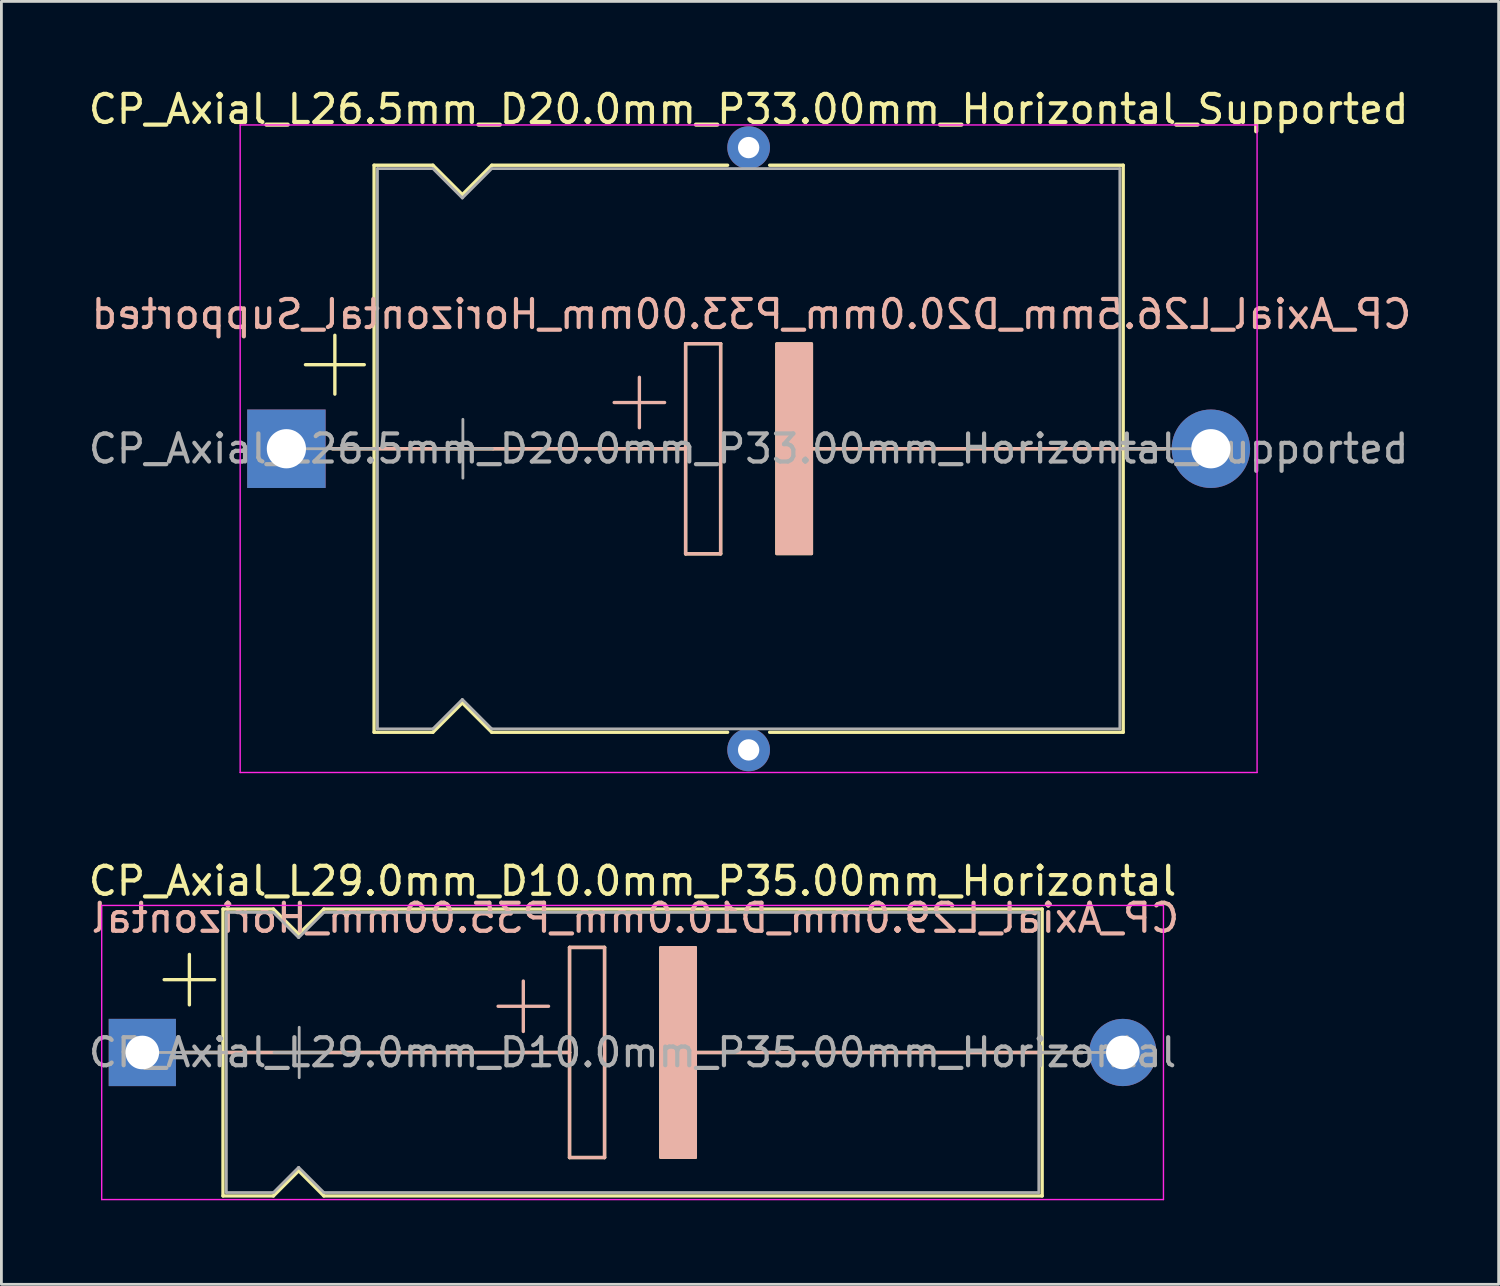
<source format=kicad_pcb>
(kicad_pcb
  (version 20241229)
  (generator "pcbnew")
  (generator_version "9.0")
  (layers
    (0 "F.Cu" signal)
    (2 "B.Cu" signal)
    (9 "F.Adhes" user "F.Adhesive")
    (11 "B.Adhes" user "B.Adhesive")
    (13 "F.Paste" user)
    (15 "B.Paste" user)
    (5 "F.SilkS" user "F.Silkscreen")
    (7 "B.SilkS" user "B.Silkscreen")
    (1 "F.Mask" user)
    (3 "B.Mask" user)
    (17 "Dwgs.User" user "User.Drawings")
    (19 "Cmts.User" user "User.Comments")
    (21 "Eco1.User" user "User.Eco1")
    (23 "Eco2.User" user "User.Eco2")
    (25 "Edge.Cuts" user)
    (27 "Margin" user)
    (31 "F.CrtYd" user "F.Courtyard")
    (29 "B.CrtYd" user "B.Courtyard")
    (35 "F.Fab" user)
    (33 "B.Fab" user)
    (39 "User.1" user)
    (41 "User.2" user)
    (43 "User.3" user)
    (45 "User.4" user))
  (footprint "CP_Axial_L26.5mm_D20.0mm_P33.00mm_Horizontal_Supported"
    (layer "F.Cu")
    (at 7.173 12.968)
    (property "Reference" "CP_Axial_L26.5mm_D20.0mm_P33.00mm_Horizontal_Supported" (at 16.5 -12.12 0) (layer "F.SilkS") (effects (font (size 1 1) (thickness 0.15))))
    (fp_line (start 0.68 -3) (end 2.78 -3) (stroke (width 0.12) (type solid)) (layer "F.SilkS"))
    (fp_line (start 1.64 0) (end 3.13 0) (stroke (width 0.12) (type solid)) (layer "F.SilkS"))
    (fp_line (start 1.73 -4.05) (end 1.73 -1.95) (stroke (width 0.12) (type solid)) (layer "F.SilkS"))
    (fp_line (start 3.13 -10.12) (end 3.13 10.12) (stroke (width 0.12) (type solid)) (layer "F.SilkS"))
    (fp_line (start 3.13 -10.12) (end 5.23 -10.12) (stroke (width 0.12) (type solid)) (layer "F.SilkS"))
    (fp_line (start 3.13 0) (end 14.25 0) (stroke (width 0.12) (type solid)) (layer "F.SilkS"))
    (fp_line (start 3.13 10.12) (end 5.23 10.12) (stroke (width 0.12) (type solid)) (layer "F.SilkS"))
    (fp_line (start 5.23 -10.12) (end 6.28 -9.07) (stroke (width 0.12) (type solid)) (layer "F.SilkS"))
    (fp_line (start 5.23 10.12) (end 6.28 9.07) (stroke (width 0.12) (type solid)) (layer "F.SilkS"))
    (fp_line (start 6.28 -9.07) (end 7.33 -10.12) (stroke (width 0.12) (type solid)) (layer "F.SilkS"))
    (fp_line (start 6.28 9.07) (end 7.33 10.12) (stroke (width 0.12) (type solid)) (layer "F.SilkS"))
    (fp_line (start 7.33 -10.12) (end 15.75 -10.12) (stroke (width 0.12) (type solid)) (layer "F.SilkS"))
    (fp_line (start 7.33 10.12) (end 15.75 10.12) (stroke (width 0.12) (type solid)) (layer "F.SilkS"))
    (fp_line (start 14.25 -3.75) (end 15.5 -3.75) (stroke (width 0.12) (type solid)) (layer "F.SilkS"))
    (fp_line (start 14.25 0) (end 14.25 -3.75) (stroke (width 0.12) (type solid)) (layer "F.SilkS"))
    (fp_line (start 14.25 3.75) (end 14.25 0) (stroke (width 0.12) (type solid)) (layer "F.SilkS"))
    (fp_line (start 15.5 -3.75) (end 15.5 3.75) (stroke (width 0.12) (type solid)) (layer "F.SilkS"))
    (fp_line (start 15.5 3.75) (end 14.25 3.75) (stroke (width 0.12) (type solid)) (layer "F.SilkS"))
    (fp_line (start 17.25 -10.12) (end 29.87 -10.12) (stroke (width 0.12) (type solid)) (layer "F.SilkS"))
    (fp_line (start 17.25 10.12) (end 29.87 10.12) (stroke (width 0.12) (type solid)) (layer "F.SilkS"))
    (fp_line (start 18.75 0) (end 29.87 0) (stroke (width 0.12) (type solid)) (layer "F.SilkS"))
    (fp_line (start 29.87 -10.12) (end 29.87 10.12) (stroke (width 0.12) (type solid)) (layer "F.SilkS"))
    (fp_line (start 31.36 0) (end 29.87 0) (stroke (width 0.12) (type solid)) (layer "F.SilkS"))
    (fp_poly (pts (xy 18.75 3.75) (xy 17.5 3.75) (xy 17.5 -3.75) (xy 18.75 -3.75)) (stroke (width 0.1) (type solid)) (fill yes) (layer "F.SilkS"))
    (fp_line (start 1.65 0) (end 7.38 0) (stroke (width 0.12) (type solid)) (layer "B.SilkS"))
    (fp_line (start 7.38 0) (end 14.25 0) (stroke (width 0.12) (type solid)) (layer "B.SilkS"))
    (fp_line (start 12.6 -2.55) (end 12.6 -0.75) (stroke (width 0.12) (type solid)) (layer "B.SilkS"))
    (fp_line (start 13.5 -1.65) (end 11.7 -1.65) (stroke (width 0.12) (type solid)) (layer "B.SilkS"))
    (fp_line (start 14.25 -3.75) (end 15.5 -3.75) (stroke (width 0.12) (type solid)) (layer "B.SilkS"))
    (fp_line (start 14.25 0) (end 14.25 -3.75) (stroke (width 0.12) (type solid)) (layer "B.SilkS"))
    (fp_line (start 14.25 3.75) (end 14.25 0) (stroke (width 0.12) (type solid)) (layer "B.SilkS"))
    (fp_line (start 15.5 -3.75) (end 15.5 3.75) (stroke (width 0.12) (type solid)) (layer "B.SilkS"))
    (fp_line (start 15.5 3.75) (end 14.25 3.75) (stroke (width 0.12) (type solid)) (layer "B.SilkS"))
    (fp_line (start 18.75 0) (end 25.62 0) (stroke (width 0.12) (type solid)) (layer "B.SilkS"))
    (fp_line (start 31.35 0) (end 25.62 0) (stroke (width 0.12) (type solid)) (layer "B.SilkS"))
    (fp_poly (pts (xy 18.75 3.75) (xy 17.5 3.75) (xy 17.5 -3.75) (xy 18.75 -3.75)) (stroke (width 0.1) (type solid)) (fill yes) (layer "B.SilkS"))
    (fp_line (start -1.651 11.557) (end 34.649 11.557) (stroke (width 0.05) (type solid)) (layer "F.CrtYd"))
    (fp_line (start -1.65 -11.557) (end -1.65 11.557) (stroke (width 0.05) (type solid)) (layer "F.CrtYd"))
    (fp_line (start 34.649 -11.557) (end -1.651 -11.557) (stroke (width 0.05) (type solid)) (layer "F.CrtYd"))
    (fp_line (start 34.649 11.557) (end 34.649 -11.557) (stroke (width 0.05) (type solid)) (layer "F.CrtYd"))
    (fp_line (start 0 0) (end 3.25 0) (stroke (width 0.1) (type solid)) (layer "F.Fab"))
    (fp_line (start 3.25 -10) (end 3.25 10) (stroke (width 0.1) (type solid)) (layer "F.Fab"))
    (fp_line (start 3.25 -10) (end 5.23 -10) (stroke (width 0.1) (type solid)) (layer "F.Fab"))
    (fp_line (start 3.25 10) (end 5.23 10) (stroke (width 0.1) (type solid)) (layer "F.Fab"))
    (fp_line (start 5.23 -10) (end 6.28 -8.95) (stroke (width 0.1) (type solid)) (layer "F.Fab"))
    (fp_line (start 5.23 10) (end 6.28 8.95) (stroke (width 0.1) (type solid)) (layer "F.Fab"))
    (fp_line (start 5.25 0) (end 7.35 0) (stroke (width 0.1) (type solid)) (layer "F.Fab"))
    (fp_line (start 6.28 -8.95) (end 7.33 -10) (stroke (width 0.1) (type solid)) (layer "F.Fab"))
    (fp_line (start 6.28 8.95) (end 7.33 10) (stroke (width 0.1) (type solid)) (layer "F.Fab"))
    (fp_line (start 6.3 -1.05) (end 6.3 1.05) (stroke (width 0.1) (type solid)) (layer "F.Fab"))
    (fp_line (start 7.33 -10) (end 29.75 -10) (stroke (width 0.1) (type solid)) (layer "F.Fab"))
    (fp_line (start 7.33 10) (end 29.75 10) (stroke (width 0.1) (type solid)) (layer "F.Fab"))
    (fp_line (start 29.75 -10) (end 29.75 10) (stroke (width 0.1) (type solid)) (layer "F.Fab"))
    (fp_line (start 33 0) (end 29.75 0) (stroke (width 0.1) (type solid)) (layer "F.Fab"))
    (fp_text user "${REFERENCE}" (at 16.6 -4.8 0) (layer "B.SilkS") (effects (font (size 1 1) (thickness 0.15)) (justify mirror)))
    (fp_text user "${REFERENCE}" (at 16.5 0 0) (layer "F.Fab") (effects (font (size 1 1) (thickness 0.15))))
    (pad "" thru_hole circle (at 16.5 -10.75) (size 1.524 1.524) (drill 0.762) (layers "*.Cu" "*.Mask"))
    (pad "" thru_hole circle (at 16.5 10.75) (size 1.524 1.524) (drill 0.762) (layers "*.Cu" "*.Mask"))
    (pad "1" thru_hole rect (at 0 0) (size 2.8 2.8) (drill 1.4) (layers "*.Cu" "*.Mask"))
    (pad "2" thru_hole oval (at 33 0) (size 2.8 2.8) (drill 1.4) (layers "*.Cu" "*.Mask")))
  (footprint "CP_Axial_L29.0mm_D10.0mm_P35.00mm_Horizontal"
    (layer "F.Cu")
    (at 2.03 34.519)
    (property "Reference" "CP_Axial_L29.0mm_D10.0mm_P35.00mm_Horizontal" (at 17.5 -6.12 0) (layer "F.SilkS") (effects (font (size 1 1) (thickness 0.15))))
    (fp_line (start 0.78 -2.6) (end 2.58 -2.6) (stroke (width 0.12) (type solid)) (layer "F.SilkS"))
    (fp_line (start 1.44 0) (end 2.88 0) (stroke (width 0.12) (type solid)) (layer "F.SilkS"))
    (fp_line (start 1.68 -3.5) (end 1.68 -1.7) (stroke (width 0.12) (type solid)) (layer "F.SilkS"))
    (fp_line (start 2.88 -5.12) (end 2.88 5.12) (stroke (width 0.12) (type solid)) (layer "F.SilkS"))
    (fp_line (start 2.88 -5.12) (end 4.68 -5.12) (stroke (width 0.12) (type solid)) (layer "F.SilkS"))
    (fp_line (start 2.88 0) (end 15.25 0) (stroke (width 0.12) (type solid)) (layer "F.SilkS"))
    (fp_line (start 2.88 5.12) (end 4.68 5.12) (stroke (width 0.12) (type solid)) (layer "F.SilkS"))
    (fp_line (start 4.68 -5.12) (end 5.58 -4.22) (stroke (width 0.12) (type solid)) (layer "F.SilkS"))
    (fp_line (start 4.68 5.12) (end 5.58 4.22) (stroke (width 0.12) (type solid)) (layer "F.SilkS"))
    (fp_line (start 5.58 -4.22) (end 6.48 -5.12) (stroke (width 0.12) (type solid)) (layer "F.SilkS"))
    (fp_line (start 5.58 4.22) (end 6.48 5.12) (stroke (width 0.12) (type solid)) (layer "F.SilkS"))
    (fp_line (start 6.48 -5.12) (end 32.12 -5.12) (stroke (width 0.12) (type solid)) (layer "F.SilkS"))
    (fp_line (start 6.48 5.12) (end 32.12 5.12) (stroke (width 0.12) (type solid)) (layer "F.SilkS"))
    (fp_line (start 15.25 -3.75) (end 16.5 -3.75) (stroke (width 0.12) (type solid)) (layer "F.SilkS"))
    (fp_line (start 15.25 0) (end 15.25 -3.75) (stroke (width 0.12) (type solid)) (layer "F.SilkS"))
    (fp_line (start 15.25 3.75) (end 15.25 0) (stroke (width 0.12) (type solid)) (layer "F.SilkS"))
    (fp_line (start 16.5 -3.75) (end 16.5 3.75) (stroke (width 0.12) (type solid)) (layer "F.SilkS"))
    (fp_line (start 16.5 3.75) (end 15.25 3.75) (stroke (width 0.12) (type solid)) (layer "F.SilkS"))
    (fp_line (start 19.75 0) (end 32.12 0) (stroke (width 0.12) (type solid)) (layer "F.SilkS"))
    (fp_line (start 32.12 -5.12) (end 32.12 5.12) (stroke (width 0.12) (type solid)) (layer "F.SilkS"))
    (fp_line (start 33.56 0) (end 32.12 0) (stroke (width 0.12) (type solid)) (layer "F.SilkS"))
    (fp_poly (pts (xy 19.75 3.75) (xy 18.5 3.75) (xy 18.5 -3.75) (xy 19.75 -3.75)) (stroke (width 0.1) (type solid)) (fill yes) (layer "F.SilkS"))
    (fp_line (start 1.45 0) (end 8.38 0) (stroke (width 0.12) (type solid)) (layer "B.SilkS"))
    (fp_line (start 8.38 0) (end 15.25 0) (stroke (width 0.12) (type solid)) (layer "B.SilkS"))
    (fp_line (start 13.6 -2.55) (end 13.6 -0.75) (stroke (width 0.12) (type solid)) (layer "B.SilkS"))
    (fp_line (start 14.5 -1.65) (end 12.7 -1.65) (stroke (width 0.12) (type solid)) (layer "B.SilkS"))
    (fp_line (start 15.25 -3.75) (end 16.5 -3.75) (stroke (width 0.12) (type solid)) (layer "B.SilkS"))
    (fp_line (start 15.25 0) (end 15.25 -3.75) (stroke (width 0.12) (type solid)) (layer "B.SilkS"))
    (fp_line (start 15.25 3.75) (end 15.25 0) (stroke (width 0.12) (type solid)) (layer "B.SilkS"))
    (fp_line (start 16.5 -3.75) (end 16.5 3.75) (stroke (width 0.12) (type solid)) (layer "B.SilkS"))
    (fp_line (start 16.5 3.75) (end 15.25 3.75) (stroke (width 0.12) (type solid)) (layer "B.SilkS"))
    (fp_line (start 19.75 0) (end 26.62 0) (stroke (width 0.12) (type solid)) (layer "B.SilkS"))
    (fp_line (start 33.55 0) (end 26.62 0) (stroke (width 0.12) (type solid)) (layer "B.SilkS"))
    (fp_poly (pts (xy 19.75 3.75) (xy 18.5 3.75) (xy 18.5 -3.75) (xy 19.75 -3.75)) (stroke (width 0.1) (type solid)) (fill yes) (layer "B.SilkS"))
    (fp_line (start -1.45 -5.25) (end -1.45 5.25) (stroke (width 0.05) (type solid)) (layer "F.CrtYd"))
    (fp_line (start -1.45 5.25) (end 36.45 5.25) (stroke (width 0.05) (type solid)) (layer "F.CrtYd"))
    (fp_line (start 36.45 -5.25) (end -1.45 -5.25) (stroke (width 0.05) (type solid)) (layer "F.CrtYd"))
    (fp_line (start 36.45 5.25) (end 36.45 -5.25) (stroke (width 0.05) (type solid)) (layer "F.CrtYd"))
    (fp_line (start 0 0) (end 3 0) (stroke (width 0.1) (type solid)) (layer "F.Fab"))
    (fp_line (start 3 -5) (end 3 5) (stroke (width 0.1) (type solid)) (layer "F.Fab"))
    (fp_line (start 3 -5) (end 4.68 -5) (stroke (width 0.1) (type solid)) (layer "F.Fab"))
    (fp_line (start 3 5) (end 4.68 5) (stroke (width 0.1) (type solid)) (layer "F.Fab"))
    (fp_line (start 4.68 -5) (end 5.58 -4.1) (stroke (width 0.1) (type solid)) (layer "F.Fab"))
    (fp_line (start 4.68 5) (end 5.58 4.1) (stroke (width 0.1) (type solid)) (layer "F.Fab"))
    (fp_line (start 4.7 0) (end 6.5 0) (stroke (width 0.1) (type solid)) (layer "F.Fab"))
    (fp_line (start 5.58 -4.1) (end 6.48 -5) (stroke (width 0.1) (type solid)) (layer "F.Fab"))
    (fp_line (start 5.58 4.1) (end 6.48 5) (stroke (width 0.1) (type solid)) (layer "F.Fab"))
    (fp_line (start 5.6 -0.9) (end 5.6 0.9) (stroke (width 0.1) (type solid)) (layer "F.Fab"))
    (fp_line (start 6.48 -5) (end 32 -5) (stroke (width 0.1) (type solid)) (layer "F.Fab"))
    (fp_line (start 6.48 5) (end 32 5) (stroke (width 0.1) (type solid)) (layer "F.Fab"))
    (fp_line (start 32 -5) (end 32 5) (stroke (width 0.1) (type solid)) (layer "F.Fab"))
    (fp_line (start 35 0) (end 32 0) (stroke (width 0.1) (type solid)) (layer "F.Fab"))
    (fp_text user "${REFERENCE}" (at 17.6 -4.8 0) (layer "B.SilkS") (effects (font (size 1 1) (thickness 0.15)) (justify mirror)))
    (fp_text user "${REFERENCE}" (at 17.5 0 0) (layer "F.Fab") (effects (font (size 1 1) (thickness 0.15))))
    (pad "1" thru_hole rect (at 0 0) (size 2.4 2.4) (drill 1.2) (layers "*.Cu" "*.Mask"))
    (pad "2" thru_hole oval (at 35 0) (size 2.4 2.4) (drill 1.2) (layers "*.Cu" "*.Mask")))
  (gr_rect
    (start -3 -3)
    (end 50.445 42.794)
    (stroke (width 0.1) (type default))
    (fill no)
    (layer "Edge.Cuts")))
</source>
